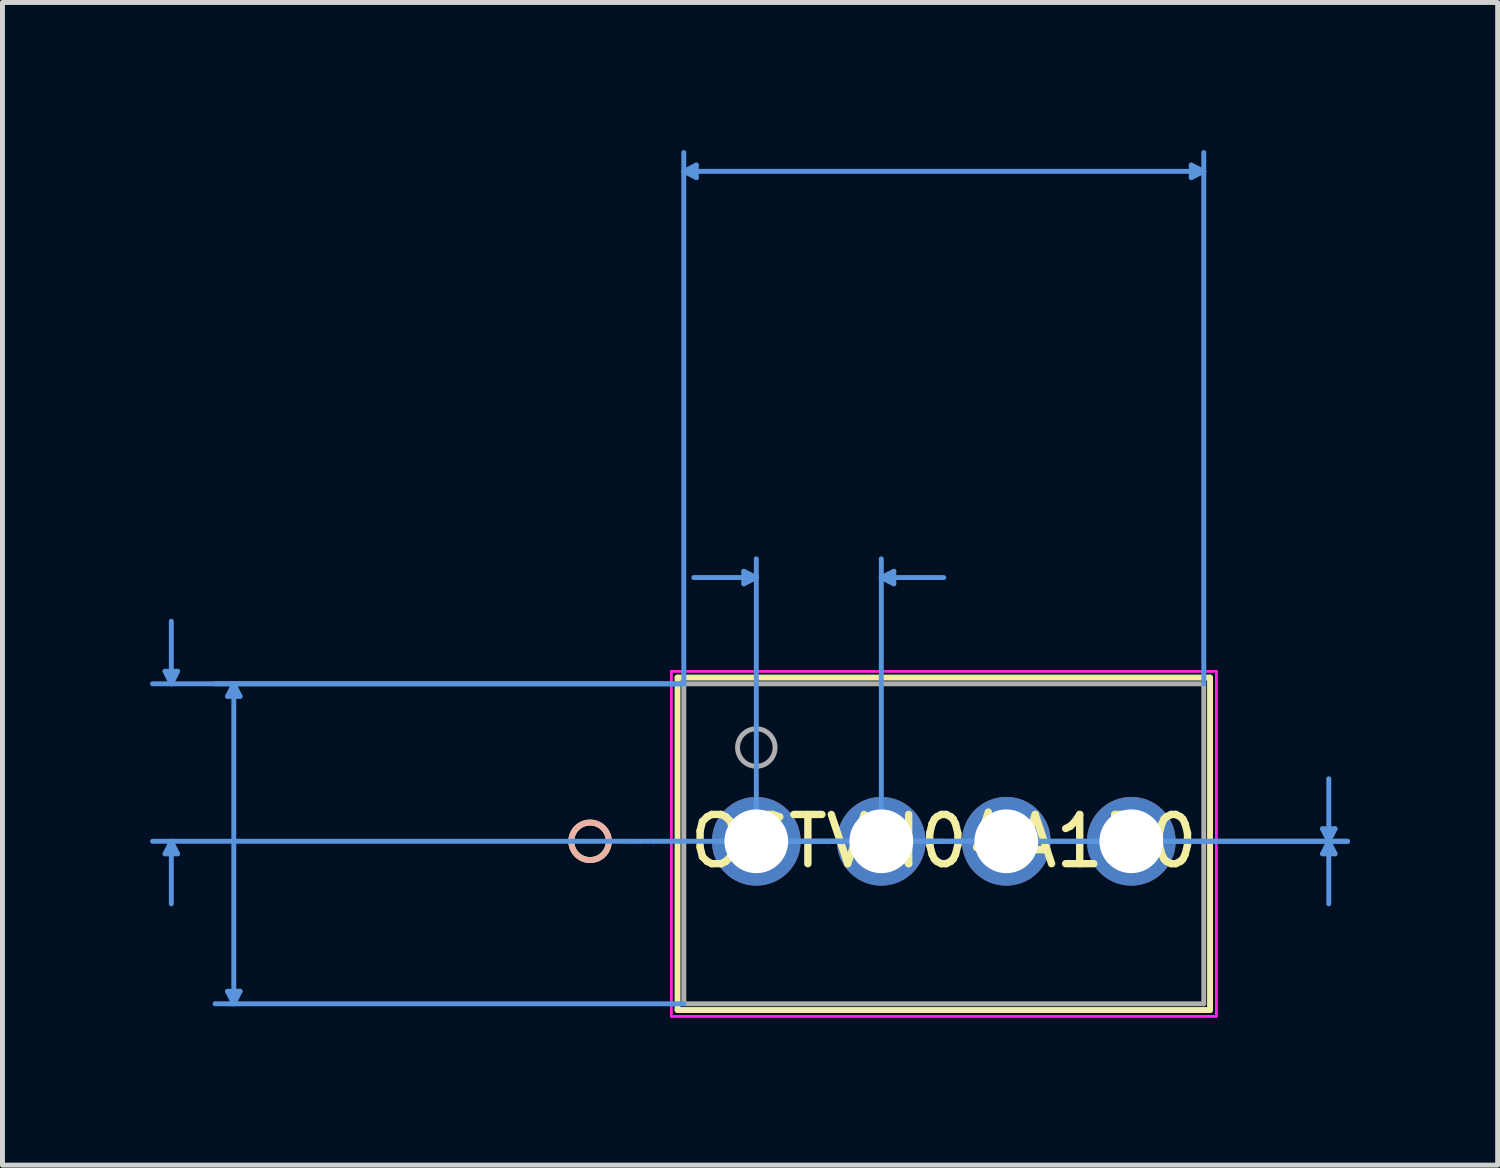
<source format=kicad_pcb>
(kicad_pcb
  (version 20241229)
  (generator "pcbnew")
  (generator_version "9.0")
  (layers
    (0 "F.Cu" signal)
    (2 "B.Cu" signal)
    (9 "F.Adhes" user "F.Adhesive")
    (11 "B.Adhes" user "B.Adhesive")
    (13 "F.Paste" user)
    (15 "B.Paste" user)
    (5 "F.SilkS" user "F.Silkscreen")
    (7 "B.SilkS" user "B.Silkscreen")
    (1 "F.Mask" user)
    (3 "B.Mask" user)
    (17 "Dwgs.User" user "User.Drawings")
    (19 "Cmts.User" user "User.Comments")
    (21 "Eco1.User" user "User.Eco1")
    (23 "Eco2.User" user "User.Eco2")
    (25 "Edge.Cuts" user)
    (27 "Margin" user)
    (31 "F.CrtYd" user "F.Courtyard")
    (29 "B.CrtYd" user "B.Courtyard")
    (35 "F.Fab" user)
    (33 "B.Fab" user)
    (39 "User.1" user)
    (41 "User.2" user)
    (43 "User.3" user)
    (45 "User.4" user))
  (footprint "OSTVN04A150"
    (layer "F.Cu")
    (at 12.318 14.045)
    (property "Reference" "OSTVN04A150" (at 3.81 0 0) (layer "F.SilkS") (effects (font (size 1 1) (thickness 0.15))))
    (attr through_hole)
    (fp_line (start -1.6 -3.327) (end -1.6 3.429) (stroke (width 0.12) (type solid)) (layer "F.SilkS"))
    (fp_line (start -1.6 3.429) (end 9.22 3.429) (stroke (width 0.12) (type solid)) (layer "F.SilkS"))
    (fp_line (start 9.22 -3.327) (end -1.6 -3.327) (stroke (width 0.12) (type solid)) (layer "F.SilkS"))
    (fp_line (start 9.22 3.429) (end 9.22 -3.327) (stroke (width 0.12) (type solid)) (layer "F.SilkS"))
    (fp_circle (center -3.378 0) (end -2.997 0) (stroke (width 0.12) (type solid)) (fill no) (layer "F.SilkS"))
    (fp_circle (center -3.378 0) (end -2.997 0) (stroke (width 0.12) (type solid)) (fill no) (layer "B.SilkS"))
    (fp_line (start -12.014 -3.454) (end -11.76 -3.454) (stroke (width 0.1) (type solid)) (layer "Cmts.User"))
    (fp_line (start -12.014 0.254) (end -11.76 0.254) (stroke (width 0.1) (type solid)) (layer "Cmts.User"))
    (fp_line (start -11.887 -3.2) (end -12.014 -3.454) (stroke (width 0.1) (type solid)) (layer "Cmts.User"))
    (fp_line (start -11.887 -3.2) (end -11.887 -4.47) (stroke (width 0.1) (type solid)) (layer "Cmts.User"))
    (fp_line (start -11.887 -3.2) (end -11.76 -3.454) (stroke (width 0.1) (type solid)) (layer "Cmts.User"))
    (fp_line (start -11.887 0) (end -12.014 0.254) (stroke (width 0.1) (type solid)) (layer "Cmts.User"))
    (fp_line (start -11.887 0) (end -11.887 1.27) (stroke (width 0.1) (type solid)) (layer "Cmts.User"))
    (fp_line (start -11.887 0) (end -11.76 0.254) (stroke (width 0.1) (type solid)) (layer "Cmts.User"))
    (fp_line (start -10.744 -2.946) (end -10.49 -2.946) (stroke (width 0.1) (type solid)) (layer "Cmts.User"))
    (fp_line (start -10.744 3.048) (end -10.49 3.048) (stroke (width 0.1) (type solid)) (layer "Cmts.User"))
    (fp_line (start -10.617 -3.2) (end -10.744 -2.946) (stroke (width 0.1) (type solid)) (layer "Cmts.User"))
    (fp_line (start -10.617 -3.2) (end -10.617 3.302) (stroke (width 0.1) (type solid)) (layer "Cmts.User"))
    (fp_line (start -10.617 -3.2) (end -10.49 -2.946) (stroke (width 0.1) (type solid)) (layer "Cmts.User"))
    (fp_line (start -10.617 3.302) (end -10.744 3.048) (stroke (width 0.1) (type solid)) (layer "Cmts.User"))
    (fp_line (start -10.617 3.302) (end -10.49 3.048) (stroke (width 0.1) (type solid)) (layer "Cmts.User"))
    (fp_line (start -1.473 -13.614) (end -1.219 -13.741) (stroke (width 0.1) (type solid)) (layer "Cmts.User"))
    (fp_line (start -1.473 -13.614) (end -1.219 -13.487) (stroke (width 0.1) (type solid)) (layer "Cmts.User"))
    (fp_line (start -1.473 -13.614) (end 9.093 -13.614) (stroke (width 0.1) (type solid)) (layer "Cmts.User"))
    (fp_line (start -1.473 -3.2) (end -12.268 -3.2) (stroke (width 0.1) (type solid)) (layer "Cmts.User"))
    (fp_line (start -1.473 -3.2) (end -10.998 -3.2) (stroke (width 0.1) (type solid)) (layer "Cmts.User"))
    (fp_line (start -1.473 -3.2) (end -1.473 -13.995) (stroke (width 0.1) (type solid)) (layer "Cmts.User"))
    (fp_line (start -1.473 3.302) (end -10.998 3.302) (stroke (width 0.1) (type solid)) (layer "Cmts.User"))
    (fp_line (start -1.219 -13.741) (end -1.219 -13.487) (stroke (width 0.1) (type solid)) (layer "Cmts.User"))
    (fp_line (start -0.254 -5.486) (end -0.254 -5.232) (stroke (width 0.1) (type solid)) (layer "Cmts.User"))
    (fp_line (start 0 -5.359) (end -1.27 -5.359) (stroke (width 0.1) (type solid)) (layer "Cmts.User"))
    (fp_line (start 0 -5.359) (end -0.254 -5.486) (stroke (width 0.1) (type solid)) (layer "Cmts.User"))
    (fp_line (start 0 -5.359) (end -0.254 -5.232) (stroke (width 0.1) (type solid)) (layer "Cmts.User"))
    (fp_line (start 0 0) (end 0 -5.74) (stroke (width 0.1) (type solid)) (layer "Cmts.User"))
    (fp_line (start 0 0) (end 12.014 0) (stroke (width 0.1) (type solid)) (layer "Cmts.User"))
    (fp_line (start 0 0) (end 12.014 0) (stroke (width 0.1) (type solid)) (layer "Cmts.User"))
    (fp_line (start 2.54 -5.359) (end 2.794 -5.486) (stroke (width 0.1) (type solid)) (layer "Cmts.User"))
    (fp_line (start 2.54 -5.359) (end 2.794 -5.232) (stroke (width 0.1) (type solid)) (layer "Cmts.User"))
    (fp_line (start 2.54 -5.359) (end 3.81 -5.359) (stroke (width 0.1) (type solid)) (layer "Cmts.User"))
    (fp_line (start 2.54 0) (end 2.54 -5.74) (stroke (width 0.1) (type solid)) (layer "Cmts.User"))
    (fp_line (start 2.794 -5.486) (end 2.794 -5.232) (stroke (width 0.1) (type solid)) (layer "Cmts.User"))
    (fp_line (start 3.81 0) (end -12.268 0) (stroke (width 0.1) (type solid)) (layer "Cmts.User"))
    (fp_line (start 8.839 -13.741) (end 8.839 -13.487) (stroke (width 0.1) (type solid)) (layer "Cmts.User"))
    (fp_line (start 9.093 -13.614) (end 8.839 -13.741) (stroke (width 0.1) (type solid)) (layer "Cmts.User"))
    (fp_line (start 9.093 -13.614) (end 8.839 -13.487) (stroke (width 0.1) (type solid)) (layer "Cmts.User"))
    (fp_line (start 9.093 -3.2) (end 9.093 -13.995) (stroke (width 0.1) (type solid)) (layer "Cmts.User"))
    (fp_line (start 11.506 -0.254) (end 11.76 -0.254) (stroke (width 0.1) (type solid)) (layer "Cmts.User"))
    (fp_line (start 11.506 0.254) (end 11.76 0.254) (stroke (width 0.1) (type solid)) (layer "Cmts.User"))
    (fp_line (start 11.633 0) (end 11.506 -0.254) (stroke (width 0.1) (type solid)) (layer "Cmts.User"))
    (fp_line (start 11.633 0) (end 11.506 0.254) (stroke (width 0.1) (type solid)) (layer "Cmts.User"))
    (fp_line (start 11.633 0) (end 11.633 -1.27) (stroke (width 0.1) (type solid)) (layer "Cmts.User"))
    (fp_line (start 11.633 0) (end 11.633 1.27) (stroke (width 0.1) (type solid)) (layer "Cmts.User"))
    (fp_line (start 11.633 0) (end 11.76 -0.254) (stroke (width 0.1) (type solid)) (layer "Cmts.User"))
    (fp_line (start 11.633 0) (end 11.76 0.254) (stroke (width 0.1) (type solid)) (layer "Cmts.User"))
    (fp_line (start -1.727 -3.454) (end -1.727 3.556) (stroke (width 0.05) (type solid)) (layer "F.CrtYd"))
    (fp_line (start -1.727 -3.454) (end -1.727 3.556) (stroke (width 0.05) (type solid)) (layer "F.CrtYd"))
    (fp_line (start -1.727 3.556) (end 9.347 3.556) (stroke (width 0.05) (type solid)) (layer "F.CrtYd"))
    (fp_line (start -1.727 3.556) (end 9.347 3.556) (stroke (width 0.05) (type solid)) (layer "F.CrtYd"))
    (fp_line (start 9.347 -3.454) (end -1.727 -3.454) (stroke (width 0.05) (type solid)) (layer "F.CrtYd"))
    (fp_line (start 9.347 -3.454) (end -1.727 -3.454) (stroke (width 0.05) (type solid)) (layer "F.CrtYd"))
    (fp_line (start 9.347 3.556) (end 9.347 -3.454) (stroke (width 0.05) (type solid)) (layer "F.CrtYd"))
    (fp_line (start 9.347 3.556) (end 9.347 -3.454) (stroke (width 0.05) (type solid)) (layer "F.CrtYd"))
    (fp_line (start -1.473 -3.2) (end -1.473 3.302) (stroke (width 0.1) (type solid)) (layer "F.Fab"))
    (fp_line (start -1.473 3.302) (end 9.093 3.302) (stroke (width 0.1) (type solid)) (layer "F.Fab"))
    (fp_line (start 9.093 -3.2) (end -1.473 -3.2) (stroke (width 0.1) (type solid)) (layer "F.Fab"))
    (fp_line (start 9.093 3.302) (end 9.093 -3.2) (stroke (width 0.1) (type solid)) (layer "F.Fab"))
    (fp_circle (center 0 -1.905) (end 0.381 -1.905) (stroke (width 0.1) (type solid)) (fill no) (layer "F.Fab"))
    (fp_text user "*" (at 0 0 0) (layer "F.SilkS") (effects (font (size 1 1) (thickness 0.15))))
    (fp_text user "Copyright 2021 Accelerated Designs. All rights reserved." (at 0 0 0) (layer "Cmts.User") (effects (font (size 0.127 0.127) (thickness 0.002))))
    (fp_text user "*" (at 0 0 0) (layer "F.Fab") (effects (font (size 1 1) (thickness 0.15))))
    (pad "1" thru_hole circle (at 0 0) (size 1.803 1.803) (drill 1.295) (layers "*.Cu" "*.Mask"))
    (pad "2" thru_hole circle (at 2.54 0) (size 1.803 1.803) (drill 1.295) (layers "*.Cu" "*.Mask"))
    (pad "3" thru_hole circle (at 5.08 0) (size 1.803 1.803) (drill 1.295) (layers "*.Cu" "*.Mask"))
    (pad "4" thru_hole circle (at 7.62 0) (size 1.803 1.803) (drill 1.295) (layers "*.Cu" "*.Mask")))
  (gr_rect
    (start -3 -3)
    (end 27.382 20.626)
    (stroke (width 0.1) (type default))
    (fill no)
    (layer "Edge.Cuts")))
</source>
